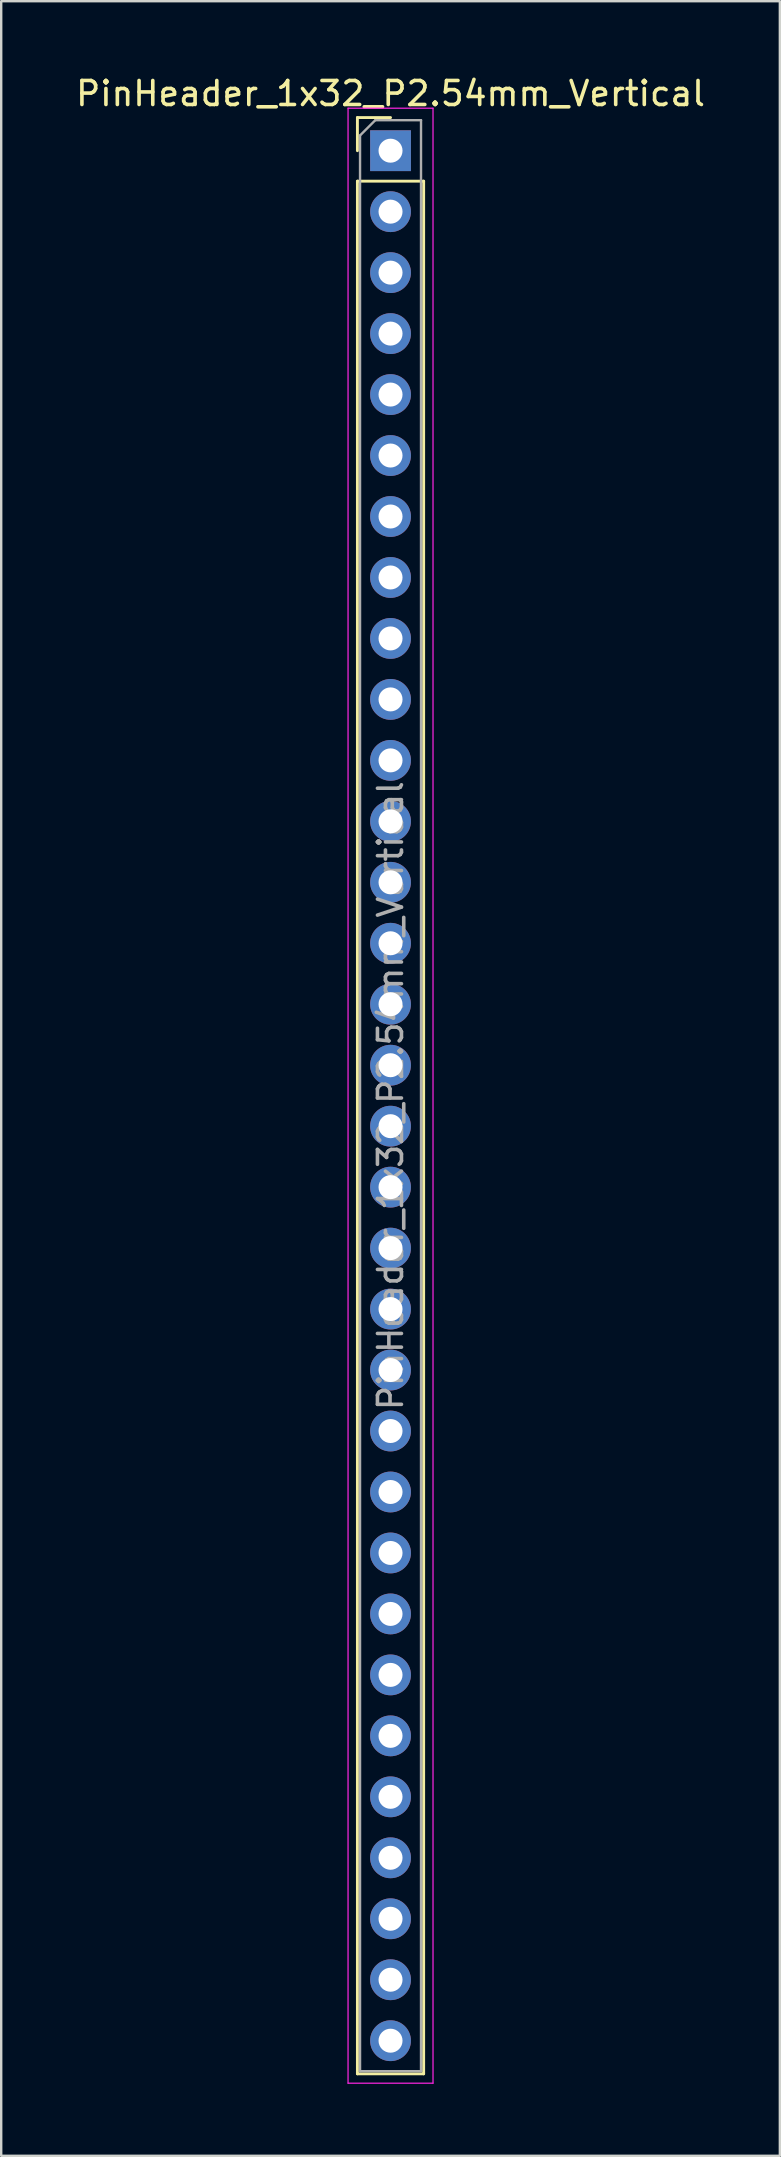
<source format=kicad_pcb>
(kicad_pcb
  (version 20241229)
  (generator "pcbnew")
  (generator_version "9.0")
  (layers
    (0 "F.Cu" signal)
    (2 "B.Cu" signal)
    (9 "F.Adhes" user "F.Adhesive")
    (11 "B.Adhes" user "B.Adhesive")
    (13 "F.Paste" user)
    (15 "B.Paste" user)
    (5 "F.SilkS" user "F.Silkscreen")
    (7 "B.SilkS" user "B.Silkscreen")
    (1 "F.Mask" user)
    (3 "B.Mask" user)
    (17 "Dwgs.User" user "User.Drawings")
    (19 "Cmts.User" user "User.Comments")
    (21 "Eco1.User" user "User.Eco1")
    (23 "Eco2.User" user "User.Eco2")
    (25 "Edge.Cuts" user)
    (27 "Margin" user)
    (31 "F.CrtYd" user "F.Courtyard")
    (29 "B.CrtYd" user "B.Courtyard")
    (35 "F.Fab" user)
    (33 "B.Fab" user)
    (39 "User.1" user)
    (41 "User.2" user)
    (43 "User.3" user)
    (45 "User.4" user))
  (footprint "PinHeader_1x32_P2.54mm_Vertical"
    (layer "F.Cu")
    (at 13.22 3.228)
    (property "Reference" "PinHeader_1x32_P2.54mm_Vertical" (at 0 -2.38 0) (layer "F.SilkS") (effects (font (size 1 1) (thickness 0.15))))
    (attr through_hole)
    (fp_line (start -1.38 -1.38) (end 0 -1.38) (stroke (width 0.12) (type solid)) (layer "F.SilkS"))
    (fp_line (start -1.38 0) (end -1.38 -1.38) (stroke (width 0.12) (type solid)) (layer "F.SilkS"))
    (fp_line (start -1.38 1.27) (end -1.38 80.12) (stroke (width 0.12) (type solid)) (layer "F.SilkS"))
    (fp_line (start -1.38 1.27) (end 1.38 1.27) (stroke (width 0.12) (type solid)) (layer "F.SilkS"))
    (fp_line (start -1.38 80.12) (end 1.38 80.12) (stroke (width 0.12) (type solid)) (layer "F.SilkS"))
    (fp_line (start 1.38 1.27) (end 1.38 80.12) (stroke (width 0.12) (type solid)) (layer "F.SilkS"))
    (fp_line (start -1.77 -1.77) (end -1.77 80.51) (stroke (width 0.05) (type solid)) (layer "F.CrtYd"))
    (fp_line (start -1.77 80.51) (end 1.77 80.51) (stroke (width 0.05) (type solid)) (layer "F.CrtYd"))
    (fp_line (start 1.77 -1.77) (end -1.77 -1.77) (stroke (width 0.05) (type solid)) (layer "F.CrtYd"))
    (fp_line (start 1.77 80.51) (end 1.77 -1.77) (stroke (width 0.05) (type solid)) (layer "F.CrtYd"))
    (fp_line (start -1.27 -0.635) (end -0.635 -1.27) (stroke (width 0.1) (type solid)) (layer "F.Fab"))
    (fp_line (start -1.27 80.01) (end -1.27 -0.635) (stroke (width 0.1) (type solid)) (layer "F.Fab"))
    (fp_line (start -0.635 -1.27) (end 1.27 -1.27) (stroke (width 0.1) (type solid)) (layer "F.Fab"))
    (fp_line (start 1.27 -1.27) (end 1.27 80.01) (stroke (width 0.1) (type solid)) (layer "F.Fab"))
    (fp_line (start 1.27 80.01) (end -1.27 80.01) (stroke (width 0.1) (type solid)) (layer "F.Fab"))
    (fp_text user "${REFERENCE}" (at 0 39.37 90) (layer "F.Fab") (effects (font (size 1 1) (thickness 0.15))))
    (pad "1" thru_hole rect (at 0 0) (size 1.7 1.7) (drill 1) (layers "*.Cu" "*.Mask"))
    (pad "2" thru_hole circle (at 0 2.54) (size 1.7 1.7) (drill 1) (layers "*.Cu" "*.Mask"))
    (pad "3" thru_hole circle (at 0 5.08) (size 1.7 1.7) (drill 1) (layers "*.Cu" "*.Mask"))
    (pad "4" thru_hole circle (at 0 7.62) (size 1.7 1.7) (drill 1) (layers "*.Cu" "*.Mask"))
    (pad "5" thru_hole circle (at 0 10.16) (size 1.7 1.7) (drill 1) (layers "*.Cu" "*.Mask"))
    (pad "6" thru_hole circle (at 0 12.7) (size 1.7 1.7) (drill 1) (layers "*.Cu" "*.Mask"))
    (pad "7" thru_hole circle (at 0 15.24) (size 1.7 1.7) (drill 1) (layers "*.Cu" "*.Mask"))
    (pad "8" thru_hole circle (at 0 17.78) (size 1.7 1.7) (drill 1) (layers "*.Cu" "*.Mask"))
    (pad "9" thru_hole circle (at 0 20.32) (size 1.7 1.7) (drill 1) (layers "*.Cu" "*.Mask"))
    (pad "10" thru_hole circle (at 0 22.86) (size 1.7 1.7) (drill 1) (layers "*.Cu" "*.Mask"))
    (pad "11" thru_hole circle (at 0 25.4) (size 1.7 1.7) (drill 1) (layers "*.Cu" "*.Mask"))
    (pad "12" thru_hole circle (at 0 27.94) (size 1.7 1.7) (drill 1) (layers "*.Cu" "*.Mask"))
    (pad "13" thru_hole circle (at 0 30.48) (size 1.7 1.7) (drill 1) (layers "*.Cu" "*.Mask"))
    (pad "14" thru_hole circle (at 0 33.02) (size 1.7 1.7) (drill 1) (layers "*.Cu" "*.Mask"))
    (pad "15" thru_hole circle (at 0 35.56) (size 1.7 1.7) (drill 1) (layers "*.Cu" "*.Mask"))
    (pad "16" thru_hole circle (at 0 38.1) (size 1.7 1.7) (drill 1) (layers "*.Cu" "*.Mask"))
    (pad "17" thru_hole circle (at 0 40.64) (size 1.7 1.7) (drill 1) (layers "*.Cu" "*.Mask"))
    (pad "18" thru_hole circle (at 0 43.18) (size 1.7 1.7) (drill 1) (layers "*.Cu" "*.Mask"))
    (pad "19" thru_hole circle (at 0 45.72) (size 1.7 1.7) (drill 1) (layers "*.Cu" "*.Mask"))
    (pad "20" thru_hole circle (at 0 48.26) (size 1.7 1.7) (drill 1) (layers "*.Cu" "*.Mask"))
    (pad "21" thru_hole circle (at 0 50.8) (size 1.7 1.7) (drill 1) (layers "*.Cu" "*.Mask"))
    (pad "22" thru_hole circle (at 0 53.34) (size 1.7 1.7) (drill 1) (layers "*.Cu" "*.Mask"))
    (pad "23" thru_hole circle (at 0 55.88) (size 1.7 1.7) (drill 1) (layers "*.Cu" "*.Mask"))
    (pad "24" thru_hole circle (at 0 58.42) (size 1.7 1.7) (drill 1) (layers "*.Cu" "*.Mask"))
    (pad "25" thru_hole circle (at 0 60.96) (size 1.7 1.7) (drill 1) (layers "*.Cu" "*.Mask"))
    (pad "26" thru_hole circle (at 0 63.5) (size 1.7 1.7) (drill 1) (layers "*.Cu" "*.Mask"))
    (pad "27" thru_hole circle (at 0 66.04) (size 1.7 1.7) (drill 1) (layers "*.Cu" "*.Mask"))
    (pad "28" thru_hole circle (at 0 68.58) (size 1.7 1.7) (drill 1) (layers "*.Cu" "*.Mask"))
    (pad "29" thru_hole circle (at 0 71.12) (size 1.7 1.7) (drill 1) (layers "*.Cu" "*.Mask"))
    (pad "30" thru_hole circle (at 0 73.66) (size 1.7 1.7) (drill 1) (layers "*.Cu" "*.Mask"))
    (pad "31" thru_hole circle (at 0 76.2) (size 1.7 1.7) (drill 1) (layers "*.Cu" "*.Mask"))
    (pad "32" thru_hole circle (at 0 78.74) (size 1.7 1.7) (drill 1) (layers "*.Cu" "*.Mask")))
  (gr_rect
    (start -3 -3)
    (end 29.44 86.763)
    (stroke (width 0.1) (type default))
    (fill no)
    (layer "Edge.Cuts")))
</source>
